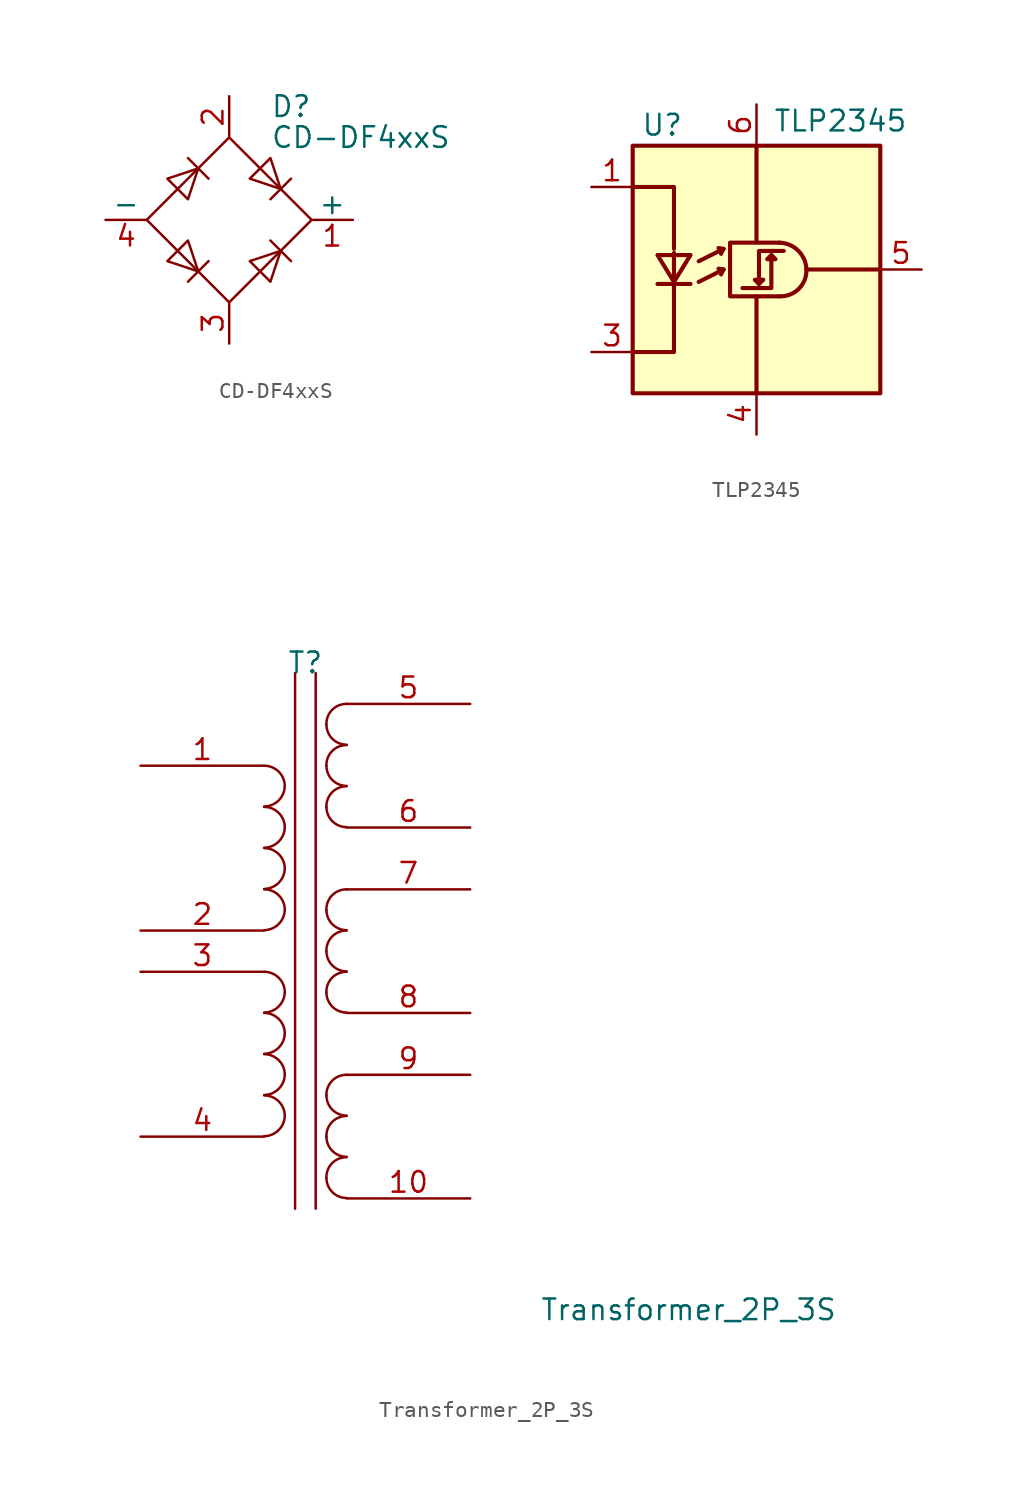
<source format=kicad_sym>
(kicad_symbol_lib
  (version 20241209)
  (generator "kicad_symbol_editor")
  (generator_version "9.0")
  (symbol "CD-DF4xxS"
    (pin_names
      (offset 0))
    (property "Reference" "D"
      (at 2.54 6.985 0)
      (effects (font (size 1.27 1.27)) (justify left)))
    (property "Value" "CD-DF4xxS"
      (at 2.54 5.08 0)
      (effects (font (size 1.27 1.27)) (justify left)))
    (symbol "CD-DF4xxS_0_1"
      (polyline (pts (xy -5.08 0) (xy 0 -5.08) (xy 5.08 0) (xy 0 5.08) (xy -5.08 0)) (stroke (width 0) (type default)) (fill (type none)))
      (polyline (pts (xy -3.81 2.54) (xy -2.54 1.27) (xy -1.905 3.175) (xy -3.81 2.54)) (stroke (width 0) (type default)) (fill (type none)))
      (polyline (pts (xy -2.54 3.81) (xy -1.27 2.54)) (stroke (width 0) (type default)) (fill (type none)))
      (polyline (pts (xy -2.54 -1.27) (xy -3.81 -2.54) (xy -1.905 -3.175) (xy -2.54 -1.27)) (stroke (width 0) (type default)) (fill (type none)))
      (polyline (pts (xy -1.27 -2.54) (xy -2.54 -3.81)) (stroke (width 0) (type default)) (fill (type none)))
      (polyline (pts (xy 1.27 2.54) (xy 2.54 3.81) (xy 3.175 1.905) (xy 1.27 2.54)) (stroke (width 0) (type default)) (fill (type none)))
      (polyline (pts (xy 2.54 1.27) (xy 3.81 2.54)) (stroke (width 0) (type default)) (fill (type none)))
      (polyline (pts (xy 2.54 -1.27) (xy 3.81 -2.54)) (stroke (width 0) (type default)) (fill (type none)))
      (polyline (pts (xy 3.175 -1.905) (xy 1.27 -2.54) (xy 2.54 -3.81) (xy 3.175 -1.905)) (stroke (width 0) (type default)) (fill (type none))))
    (symbol "CD-DF4xxS_1_1"
      (pin passive line (at -7.62 0 0) (length 2.54) (name "-" (effects (font (size 1.27 1.27)))) (number "4" (effects (font (size 1.27 1.27)))))
      (pin passive line (at 0 7.62 270) (length 2.54) (name "~" (effects (font (size 1.27 1.27)))) (number "2" (effects (font (size 1.27 1.27)))))
      (pin passive line (at 0 -7.62 90) (length 2.54) (name "~" (effects (font (size 1.27 1.27)))) (number "3" (effects (font (size 1.27 1.27)))))
      (pin passive line (at 7.62 0 180) (length 2.54) (name "+" (effects (font (size 1.27 1.27)))) (number "1" (effects (font (size 1.27 1.27)))))))
  (symbol "TLP2345"
    (pin_names
      (offset 1.016)
      (hide yes))
    (property "Reference" "U"
      (at -7.112 8.89 0)
      (effects (font (size 1.27 1.27)) (justify left)))
    (property "Value" "TLP2345"
      (at 1.016 9.144 0)
      (effects (font (size 1.27 1.27)) (justify left)))
    (symbol "TLP2345_0_1"
      (rectangle (start -7.62 7.62) (end 7.62 -7.62) (stroke (width 0.254) (type default)) (fill (type background)))
      (polyline (pts (xy -7.62 -5.08) (xy -5.08 -5.08) (xy -5.08 -1.27)) (stroke (width 0.254) (type default)) (fill (type none)))
      (polyline (pts (xy -6.096 0.889) (xy -4.064 0.889) (xy -5.08 -0.762) (xy -6.096 0.889)) (stroke (width 0.254) (type default)) (fill (type none)))
      (polyline (pts (xy -6.096 -0.889) (xy -4.064 -0.889)) (stroke (width 0.254) (type default)) (fill (type none)))
      (polyline (pts (xy -5.08 1.27) (xy -5.08 5.08) (xy -7.62 5.08)) (stroke (width 0.254) (type default)) (fill (type none)))
      (polyline (pts (xy -5.08 1.016) (xy -5.08 -0.762)) (stroke (width 0.254) (type default)) (fill (type none)))
      (polyline (pts (xy -5.08 -1.27) (xy -5.08 -0.914)) (stroke (width 0.254) (type default)) (fill (type none)))
      (polyline (pts (xy -3.556 0.508) (xy -2.032 1.27)) (stroke (width 0.254) (type default)) (fill (type none)))
      (polyline (pts (xy -3.556 -0.762) (xy -2.032 0)) (stroke (width 0.254) (type default)) (fill (type none)))
      (polyline (pts (xy -2.032 1.27) (xy -2.337 1.321)) (stroke (width 0.254) (type default)) (fill (type none)))
      (polyline (pts (xy -2.032 1.27) (xy -2.184 0.965)) (stroke (width 0.254) (type default)) (fill (type none)))
      (polyline (pts (xy -2.032 0) (xy -2.337 0.051)) (stroke (width 0.254) (type default)) (fill (type none)))
      (polyline (pts (xy -2.032 0) (xy -2.184 -0.305)) (stroke (width 0.254) (type default)) (fill (type none)))
      (polyline (pts (xy 0 7.595) (xy 0 1.702)) (stroke (width 0.254) (type default)) (fill (type none)))
      (polyline (pts (xy 0 -7.62) (xy 0 -1.651)) (stroke (width 0.254) (type default)) (fill (type none)))
      (polyline (pts (xy 0.152 -0.889) (xy -0.102 -0.635) (xy 0.406 -0.635)) (stroke (width 0.254) (type default)) (fill (type none)))
      (polyline (pts (xy 0.914 0.889) (xy 0.914 -1.143) (xy -0.864 -1.143)) (stroke (width 0.254) (type default)) (fill (type none)))
      (polyline (pts (xy 0.914 0.889) (xy 0.66 0.635) (xy 1.168 0.635) (xy 0.914 0.889)) (stroke (width 0.254) (type default)) (fill (type none)))
      (arc (start 1.4224 1.651) (mid 2.5738 1.1514) (end 3.0734 0) (stroke (width 0.254) (type default)) (fill (type none)))
      (polyline (pts (xy 1.422 1.651) (xy -1.626 1.651) (xy -1.626 -1.651) (xy 1.422 -1.651)) (stroke (width 0.254) (type default)) (fill (type none)))
      (arc (start 3.0734 0) (mid 2.6076 -1.1853) (end 1.4224 -1.651) (stroke (width 0.254) (type default)) (fill (type none)))
      (polyline (pts (xy 1.676 1.143) (xy 0.152 1.143) (xy 0.152 -0.889) (xy 0.406 -0.635)) (stroke (width 0.254) (type default)) (fill (type none)))
      (polyline (pts (xy 7.595 0) (xy 3.073 0)) (stroke (width 0.254) (type default)) (fill (type none))))
    (symbol "TLP2345_1_1"
      (pin passive line (at -10.16 5.08 0) (length 2.54) (name "A" (effects (font (size 1.27 1.27)))) (number "1" (effects (font (size 1.27 1.27)))))
      (pin passive line (at -10.16 -5.08 0) (length 2.54) (name "K" (effects (font (size 1.27 1.27)))) (number "3" (effects (font (size 1.27 1.27)))))
      (pin power_in line (at 0 10.16 270) (length 2.54) (name "VDD" (effects (font (size 1.27 1.27)))) (number "6" (effects (font (size 1.27 1.27)))))
      (pin power_in line (at 0 -10.16 90) (length 2.54) (name "GND" (effects (font (size 1.27 1.27)))) (number "4" (effects (font (size 1.27 1.27)))))
      (pin output line (at 10.16 0 180) (length 2.54) (name "VO" (effects (font (size 1.27 1.27)))) (number "5" (effects (font (size 1.27 1.27)))))))
  (symbol "Transformer_2P_3S"
    (pin_names
      (offset 1.016)
      (hide yes))
    (property "Reference" "T"
      (at 0 12.7 0)
      (effects (font (size 1.27 1.27))))
    (property "Value" "Transformer_2P_3S"
      (at 23.622 -27.178 0)
      (effects (font (size 1.27 1.27))))
    (symbol "Transformer_2P_3S_0_1"
      (arc (start -1.27 5.08) (mid -1.656 4.2036) (end -2.54 3.8354) (stroke (width 0) (type default)) (fill (type none)))
      (arc (start -1.27 2.54) (mid -1.656 1.6636) (end -2.54 1.2954) (stroke (width 0) (type default)) (fill (type none)))
      (arc (start -1.27 0) (mid -1.656 -0.8764) (end -2.54 -1.2446) (stroke (width 0) (type default)) (fill (type none)))
      (arc (start -1.27 -2.54) (mid -1.656 -3.4164) (end -2.54 -3.7846) (stroke (width 0) (type default)) (fill (type none)))
      (arc (start -1.27 -7.62) (mid -1.656 -8.4964) (end -2.54 -8.8646) (stroke (width 0) (type default)) (fill (type none)))
      (arc (start -1.27 -10.16) (mid -1.656 -11.0364) (end -2.54 -11.4046) (stroke (width 0) (type default)) (fill (type none)))
      (arc (start -1.27 -12.7) (mid -1.656 -13.5764) (end -2.54 -13.9446) (stroke (width 0) (type default)) (fill (type none)))
      (arc (start -1.27 -15.24) (mid -1.656 -16.1164) (end -2.54 -16.4846) (stroke (width 0) (type default)) (fill (type none)))
      (arc (start -2.54 6.35) (mid -1.642 5.978) (end -1.27 5.08) (stroke (width 0) (type default)) (fill (type none)))
      (arc (start -2.54 3.81) (mid -1.642 3.438) (end -1.27 2.54) (stroke (width 0) (type default)) (fill (type none)))
      (arc (start -2.54 1.27) (mid -1.642 0.898) (end -1.27 0) (stroke (width 0) (type default)) (fill (type none)))
      (arc (start -2.54 -1.27) (mid -1.642 -1.642) (end -1.27 -2.54) (stroke (width 0) (type default)) (fill (type none)))
      (arc (start -2.54 -6.35) (mid -1.642 -6.722) (end -1.27 -7.62) (stroke (width 0) (type default)) (fill (type none)))
      (arc (start -2.54 -8.89) (mid -1.642 -9.262) (end -1.27 -10.16) (stroke (width 0) (type default)) (fill (type none)))
      (arc (start -2.54 -11.43) (mid -1.642 -11.802) (end -1.27 -12.7) (stroke (width 0) (type default)) (fill (type none)))
      (arc (start -2.54 -13.97) (mid -1.642 -14.342) (end -1.27 -15.24) (stroke (width 0) (type default)) (fill (type none)))
      (polyline (pts (xy -0.635 -20.955) (xy -0.635 12.065)) (stroke (width 0) (type default)) (fill (type none)))
      (polyline (pts (xy 0.635 12.065) (xy 0.635 -20.955)) (stroke (width 0) (type default)) (fill (type none)))
      (arc (start 1.2954 8.89) (mid 1.6457 9.7917) (end 2.54 10.16) (stroke (width 0) (type default)) (fill (type none)))
      (arc (start 1.2954 6.35) (mid 1.6457 7.2517) (end 2.54 7.62) (stroke (width 0) (type default)) (fill (type none)))
      (arc (start 1.2954 3.81) (mid 1.6457 4.7117) (end 2.54 5.08) (stroke (width 0) (type default)) (fill (type none)))
      (arc (start 1.2954 -2.54) (mid 1.6457 -1.6383) (end 2.54 -1.27) (stroke (width 0) (type default)) (fill (type none)))
      (arc (start 1.2954 -5.08) (mid 1.6457 -4.1783) (end 2.54 -3.81) (stroke (width 0) (type default)) (fill (type none)))
      (arc (start 1.2954 -7.62) (mid 1.6457 -6.7183) (end 2.54 -6.35) (stroke (width 0) (type default)) (fill (type none)))
      (arc (start 1.2954 -13.97) (mid 1.6457 -13.0683) (end 2.54 -12.7) (stroke (width 0) (type default)) (fill (type none)))
      (arc (start 1.2954 -16.51) (mid 1.6457 -15.6083) (end 2.54 -15.24) (stroke (width 0) (type default)) (fill (type none)))
      (arc (start 1.2954 -19.05) (mid 1.6457 -18.1483) (end 2.54 -17.78) (stroke (width 0) (type default)) (fill (type none)))
      (arc (start 2.54 7.6454) (mid 1.6599 8.0099) (end 1.2954 8.89) (stroke (width 0) (type default)) (fill (type none)))
      (arc (start 2.54 5.1054) (mid 1.6599 5.4699) (end 1.2954 6.35) (stroke (width 0) (type default)) (fill (type none)))
      (arc (start 2.54 2.5654) (mid 1.6599 2.9299) (end 1.2954 3.81) (stroke (width 0) (type default)) (fill (type none)))
      (arc (start 2.54 -3.7846) (mid 1.6599 -3.4201) (end 1.2954 -2.54) (stroke (width 0) (type default)) (fill (type none)))
      (arc (start 2.54 -6.3246) (mid 1.6599 -5.9601) (end 1.2954 -5.08) (stroke (width 0) (type default)) (fill (type none)))
      (arc (start 2.54 -8.8646) (mid 1.6599 -8.5001) (end 1.2954 -7.62) (stroke (width 0) (type default)) (fill (type none)))
      (arc (start 2.54 -15.2146) (mid 1.6599 -14.8501) (end 1.2954 -13.97) (stroke (width 0) (type default)) (fill (type none)))
      (arc (start 2.54 -17.7546) (mid 1.6599 -17.3901) (end 1.2954 -16.51) (stroke (width 0) (type default)) (fill (type none)))
      (arc (start 2.54 -20.2946) (mid 1.6599 -19.9301) (end 1.2954 -19.05) (stroke (width 0) (type default)) (fill (type none))))
    (symbol "Transformer_2P_3S_1_1"
      (pin passive line (at -10.16 6.35 0) (length 7.62) (name "AA" (effects (font (size 1.27 1.27)))) (number "1" (effects (font (size 1.27 1.27)))))
      (pin passive line (at -10.16 -3.81 0) (length 7.62) (name "AB" (effects (font (size 1.27 1.27)))) (number "2" (effects (font (size 1.27 1.27)))))
      (pin passive line (at -10.16 -6.35 0) (length 7.62) (name "AA" (effects (font (size 1.27 1.27)))) (number "3" (effects (font (size 1.27 1.27)))))
      (pin passive line (at -10.16 -16.51 0) (length 7.62) (name "AB" (effects (font (size 1.27 1.27)))) (number "4" (effects (font (size 1.27 1.27)))))
      (pin passive line (at 10.16 10.16 180) (length 7.62) (name "SA" (effects (font (size 1.27 1.27)))) (number "5" (effects (font (size 1.27 1.27)))))
      (pin passive line (at 10.16 2.54 180) (length 7.62) (name "SB" (effects (font (size 1.27 1.27)))) (number "6" (effects (font (size 1.27 1.27)))))
      (pin passive line (at 10.16 -1.27 180) (length 7.62) (name "SC" (effects (font (size 1.27 1.27)))) (number "7" (effects (font (size 1.27 1.27)))))
      (pin passive line (at 10.16 -8.89 180) (length 7.62) (name "SD" (effects (font (size 1.27 1.27)))) (number "8" (effects (font (size 1.27 1.27)))))
      (pin passive line (at 10.16 -12.7 180) (length 7.62) (name "SC" (effects (font (size 1.27 1.27)))) (number "9" (effects (font (size 1.27 1.27)))))
      (pin passive line (at 10.16 -20.32 180) (length 7.62) (name "SD" (effects (font (size 1.27 1.27)))) (number "10" (effects (font (size 1.27 1.27))))))))
</source>
